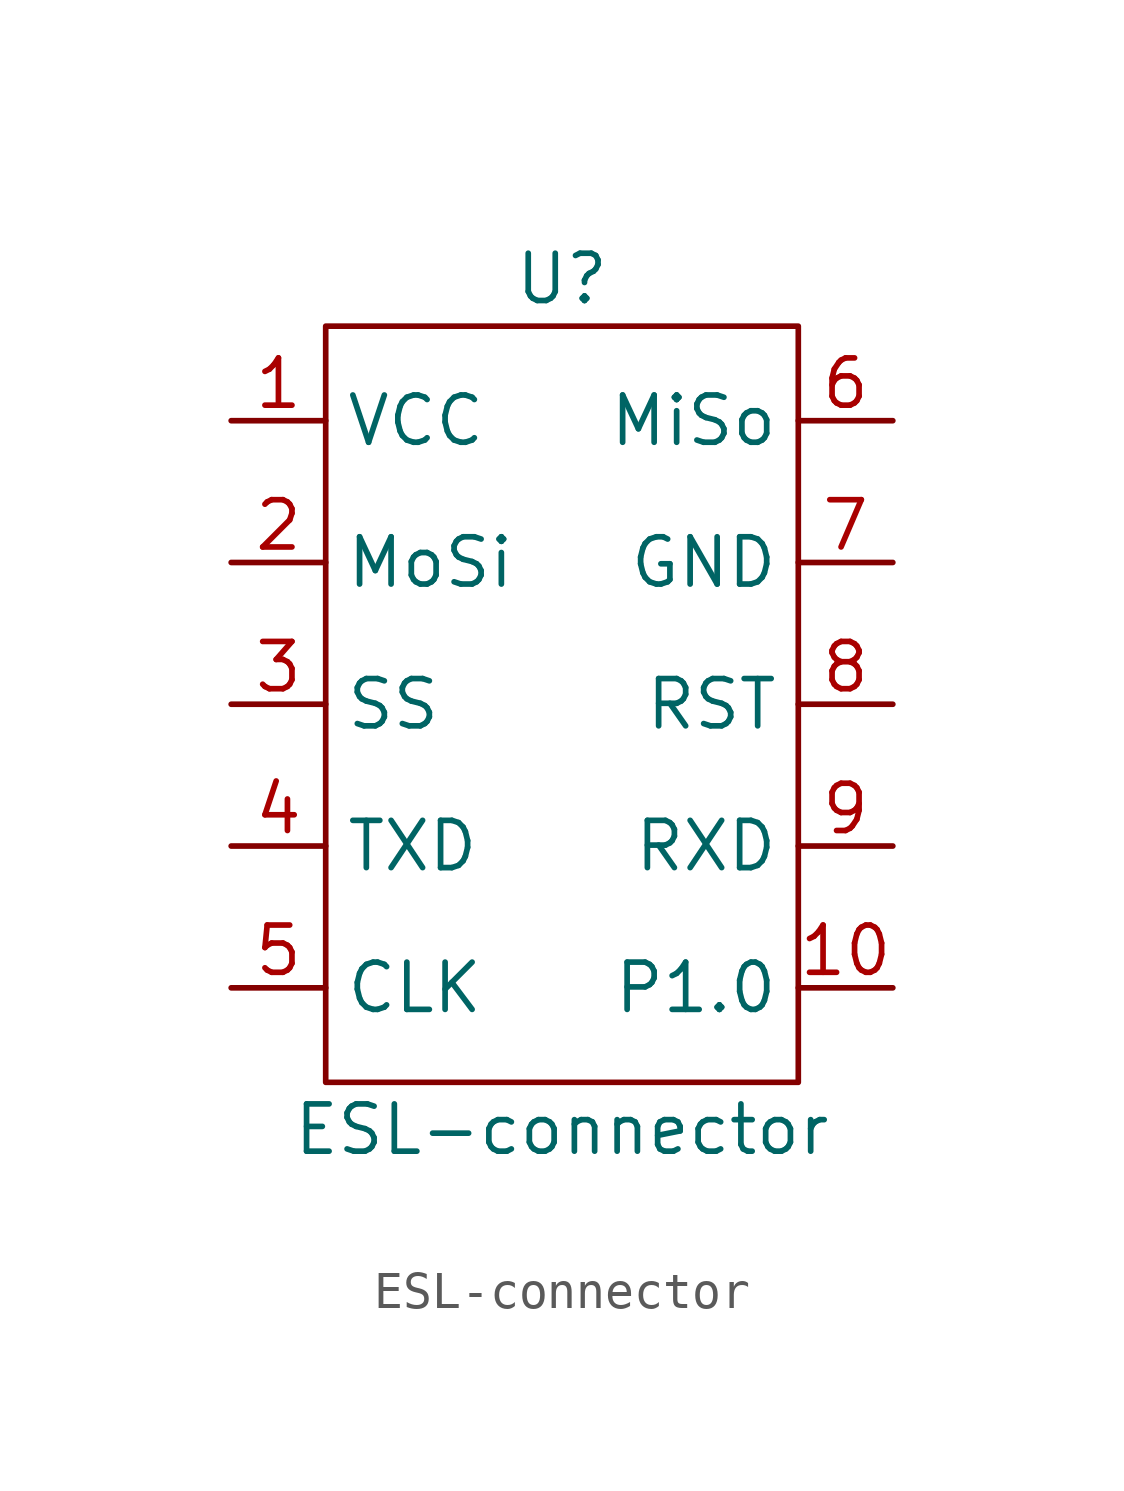
<source format=kicad_sym>
(kicad_symbol_lib
  (version 20211014)
  (generator kicad_symbol_editor)
  (symbol "ESL-connector"
    (property "Reference" "U"
      (at 0 11.43 0)
      (effects (font (size 1.27 1.27))))
    (property "Value" "ESL-connector"
      (at 0 -11.43 0)
      (effects (font (size 1.27 1.27))))
    (symbol "ESL-connector_0_1"
      (rectangle (start -6.35 10.16) (end 6.35 -10.16) (stroke (width 0.152) (type default) (color 0 0 0 0)) (fill (type none))))
    (symbol "ESL-connector_1_1"
      (pin power_in line (at -8.89 7.62 0) (length 2.54) (name "VCC" (effects (font (size 1.27 1.27)))) (number "1" (effects (font (size 1.27 1.27)))))
      (pin bidirectional line (at 8.89 -7.62 180) (length 2.54) (name "P1.0" (effects (font (size 1.27 1.27)))) (number "10" (effects (font (size 1.27 1.27)))))
      (pin input line (at -8.89 3.81 0) (length 2.54) (name "MoSi" (effects (font (size 1.27 1.27)))) (number "2" (effects (font (size 1.27 1.27)))))
      (pin input line (at -8.89 0 0) (length 2.54) (name "SS" (effects (font (size 1.27 1.27)))) (number "3" (effects (font (size 1.27 1.27)))))
      (pin output line (at -8.89 -3.81 0) (length 2.54) (name "TXD" (effects (font (size 1.27 1.27)))) (number "4" (effects (font (size 1.27 1.27)))))
      (pin input line (at -8.89 -7.62 0) (length 2.54) (name "CLK" (effects (font (size 1.27 1.27)))) (number "5" (effects (font (size 1.27 1.27)))))
      (pin output line (at 8.89 7.62 180) (length 2.54) (name "MiSo" (effects (font (size 1.27 1.27)))) (number "6" (effects (font (size 1.27 1.27)))))
      (pin power_in line (at 8.89 3.81 180) (length 2.54) (name "GND" (effects (font (size 1.27 1.27)))) (number "7" (effects (font (size 1.27 1.27)))))
      (pin input line (at 8.89 0 180) (length 2.54) (name "RST" (effects (font (size 1.27 1.27)))) (number "8" (effects (font (size 1.27 1.27)))))
      (pin input line (at 8.89 -3.81 180) (length 2.54) (name "RXD" (effects (font (size 1.27 1.27)))) (number "9" (effects (font (size 1.27 1.27))))))))
</source>
